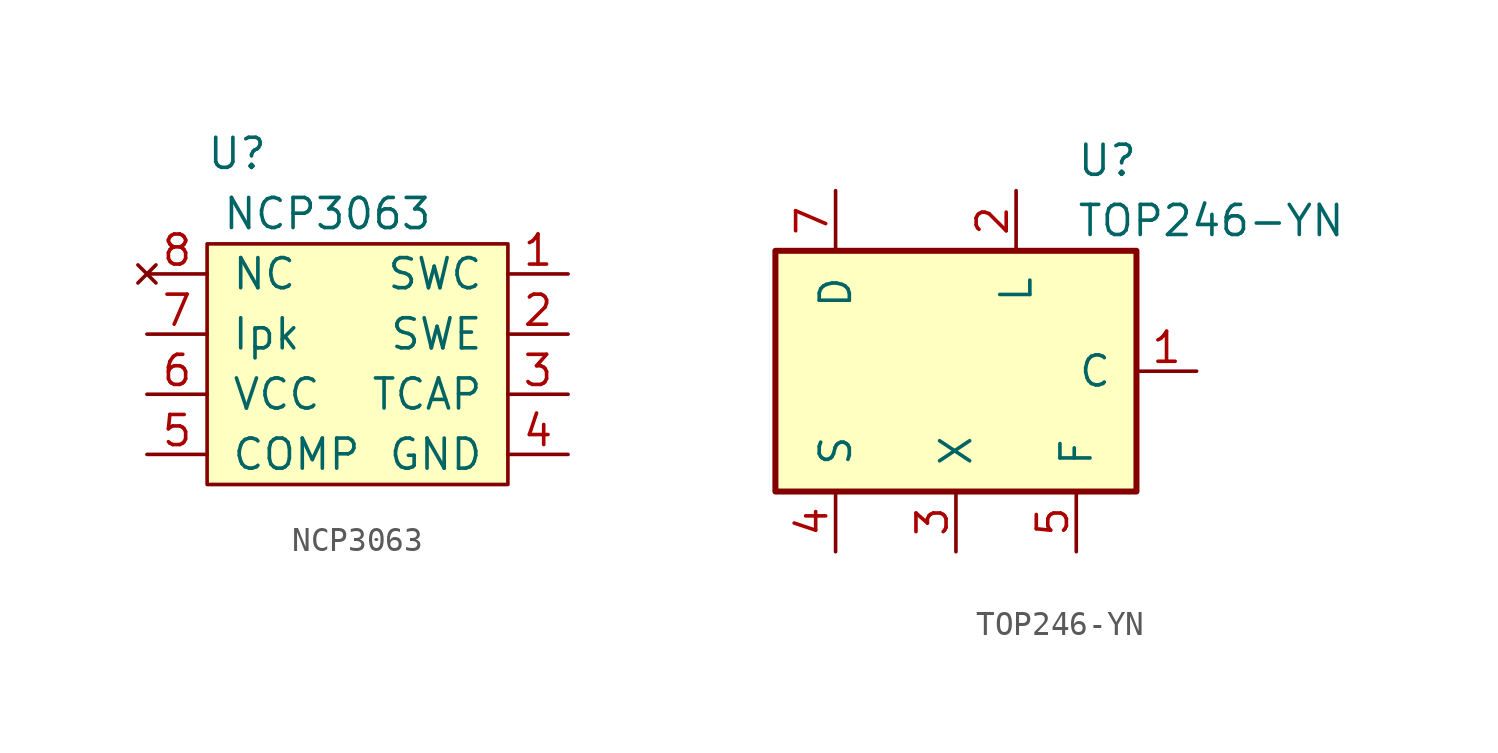
<source format=kicad_sym>
(kicad_symbol_lib
  (version 20231120)
  (generator "kicad_symbol_editor")
  (generator_version "8.0")
  (symbol "NCP3063"
    (pin_names
      (offset 1.016))
    (property "Reference" "U"
      (at -5.08 7.62 0)
      (effects (font (size 1.27 1.27))))
    (property "Value" "NCP3063"
      (at -1.27 5.08 0)
      (effects (font (size 1.27 1.27))))
    (symbol "NCP3063_0_1"
      (rectangle (start -6.35 3.81) (end 6.35 -6.35) (stroke (width 0) (type default)) (fill (type background))))
    (symbol "NCP3063_1_1"
      (pin open_collector line (at 8.89 2.54 180) (length 2.54) (name "SWC" (effects (font (size 1.27 1.27)))) (number "1" (effects (font (size 1.27 1.27)))))
      (pin open_emitter line (at 8.89 0 180) (length 2.54) (name "SWE" (effects (font (size 1.27 1.27)))) (number "2" (effects (font (size 1.27 1.27)))))
      (pin input line (at 8.89 -2.54 180) (length 2.54) (name "TCAP" (effects (font (size 1.27 1.27)))) (number "3" (effects (font (size 1.27 1.27)))))
      (pin power_in line (at 8.89 -5.08 180) (length 2.54) (name "GND" (effects (font (size 1.27 1.27)))) (number "4" (effects (font (size 1.27 1.27)))))
      (pin input line (at -8.89 -5.08 0) (length 2.54) (name "COMP" (effects (font (size 1.27 1.27)))) (number "5" (effects (font (size 1.27 1.27)))))
      (pin power_in line (at -8.89 -2.54 0) (length 2.54) (name "VCC" (effects (font (size 1.27 1.27)))) (number "6" (effects (font (size 1.27 1.27)))))
      (pin input line (at -8.89 0 0) (length 2.54) (name "Ipk" (effects (font (size 1.27 1.27)))) (number "7" (effects (font (size 1.27 1.27)))))
      (pin no_connect line (at -8.89 2.54 0) (length 2.54) (name "NC" (effects (font (size 1.27 1.27)))) (number "8" (effects (font (size 1.27 1.27)))))))
  (symbol "TOP246-YN"
    (pin_names
      (offset 1.016))
    (property "Reference" "U"
      (at 5.08 8.89 0)
      (effects (font (size 1.27 1.27)) (justify left)))
    (property "Value" "TOP246-YN"
      (at 5.08 6.35 0)
      (effects (font (size 1.27 1.27)) (justify left)))
    (symbol "TOP246-YN_0_1"
      (rectangle (start -7.62 5.08) (end 7.62 -5.08) (stroke (width 0.254) (type default)) (fill (type background))))
    (symbol "TOP246-YN_1_1"
      (pin input line (at 10.16 0 180) (length 2.54) (name "C" (effects (font (size 1.27 1.27)))) (number "1" (effects (font (size 1.27 1.27)))))
      (pin input line (at 2.54 7.62 270) (length 2.54) (name "L" (effects (font (size 1.27 1.27)))) (number "2" (effects (font (size 1.27 1.27)))))
      (pin input line (at 0 -7.62 90) (length 2.54) (name "X" (effects (font (size 1.27 1.27)))) (number "3" (effects (font (size 1.27 1.27)))))
      (pin open_emitter line (at -5.08 -7.62 90) (length 2.54) (name "S" (effects (font (size 1.27 1.27)))) (number "4" (effects (font (size 1.27 1.27)))))
      (pin passive line (at 5.08 -7.62 90) (length 2.54) (name "F" (effects (font (size 1.27 1.27)))) (number "5" (effects (font (size 1.27 1.27)))))
      (pin open_collector line (at -5.08 7.62 270) (length 2.54) (name "D" (effects (font (size 1.27 1.27)))) (number "7" (effects (font (size 1.27 1.27))))))))
</source>
